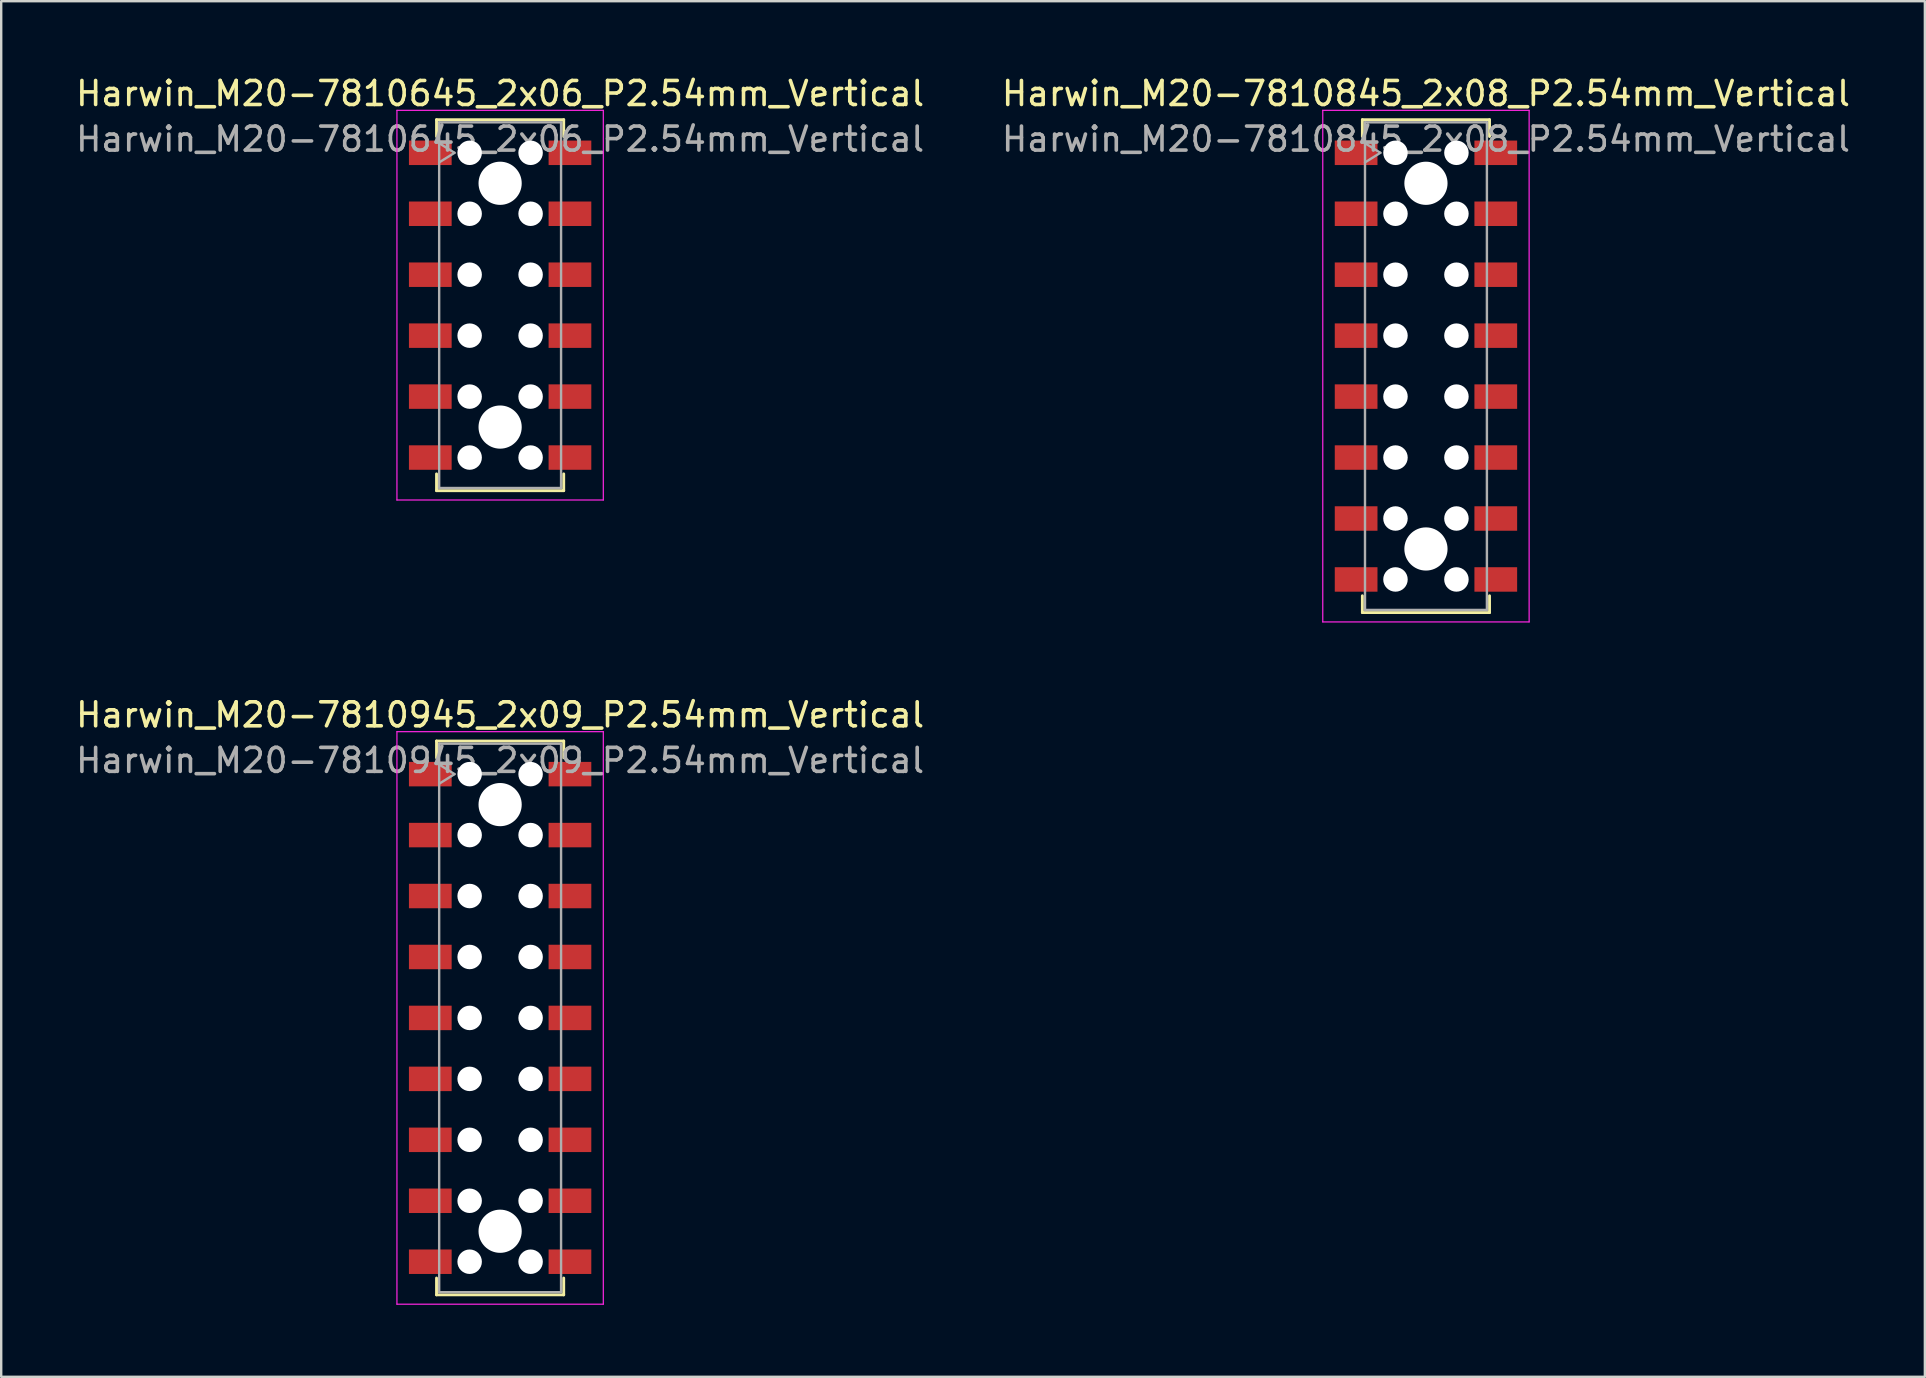
<source format=kicad_pcb>
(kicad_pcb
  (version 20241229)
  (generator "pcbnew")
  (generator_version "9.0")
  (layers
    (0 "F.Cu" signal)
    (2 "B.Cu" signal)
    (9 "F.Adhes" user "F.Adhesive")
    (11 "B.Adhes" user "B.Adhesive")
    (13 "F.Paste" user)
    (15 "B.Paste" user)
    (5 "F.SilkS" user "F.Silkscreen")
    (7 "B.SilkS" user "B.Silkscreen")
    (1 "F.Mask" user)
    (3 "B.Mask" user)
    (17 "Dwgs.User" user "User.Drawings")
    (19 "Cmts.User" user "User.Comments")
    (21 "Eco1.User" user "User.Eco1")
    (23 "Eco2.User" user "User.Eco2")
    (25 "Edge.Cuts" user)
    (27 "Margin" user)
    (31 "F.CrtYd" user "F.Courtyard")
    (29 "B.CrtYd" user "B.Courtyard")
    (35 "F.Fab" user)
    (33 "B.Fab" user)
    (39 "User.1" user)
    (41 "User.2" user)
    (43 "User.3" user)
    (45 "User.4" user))
  (footprint "Harwin_M20-7810845_2x08_P2.54mm_Vertical"
    (layer "F.Cu")
    (at 56.375 12.208)
    (property "Reference" "Harwin_M20-7810845_2x08_P2.54mm_Vertical" (at 0 -11.36 0) (layer "F.SilkS") (effects (font (size 1 1) (thickness 0.15))))
    (attr smd)
    (fp_line (start -2.65 -10.27) (end 2.65 -10.27) (stroke (width 0.12) (type solid)) (layer "F.SilkS"))
    (fp_line (start -2.65 -9.57) (end -2.65 -10.27) (stroke (width 0.12) (type solid)) (layer "F.SilkS"))
    (fp_line (start -2.65 9.57) (end -2.65 10.27) (stroke (width 0.12) (type solid)) (layer "F.SilkS"))
    (fp_line (start -2.65 10.27) (end 2.65 10.27) (stroke (width 0.12) (type solid)) (layer "F.SilkS"))
    (fp_line (start 2.65 -10.27) (end 2.65 -9.57) (stroke (width 0.12) (type solid)) (layer "F.SilkS"))
    (fp_line (start 2.65 10.27) (end 2.65 9.57) (stroke (width 0.12) (type solid)) (layer "F.SilkS"))
    (fp_line (start -4.3 -10.66) (end 4.3 -10.66) (stroke (width 0.05) (type solid)) (layer "F.CrtYd"))
    (fp_line (start -4.3 10.66) (end -4.3 -10.66) (stroke (width 0.05) (type solid)) (layer "F.CrtYd"))
    (fp_line (start 4.3 -10.66) (end 4.3 10.66) (stroke (width 0.05) (type solid)) (layer "F.CrtYd"))
    (fp_line (start 4.3 10.66) (end -4.3 10.66) (stroke (width 0.05) (type solid)) (layer "F.CrtYd"))
    (fp_line (start -2.54 -10.16) (end 2.54 -10.16) (stroke (width 0.1) (type solid)) (layer "F.Fab"))
    (fp_line (start -2.54 -9.29) (end -1.9 -8.89) (stroke (width 0.1) (type solid)) (layer "F.Fab"))
    (fp_line (start -2.54 10.16) (end -2.54 -10.16) (stroke (width 0.1) (type solid)) (layer "F.Fab"))
    (fp_line (start -1.9 -8.89) (end -2.54 -8.49) (stroke (width 0.1) (type solid)) (layer "F.Fab"))
    (fp_line (start 2.54 -10.16) (end 2.54 10.16) (stroke (width 0.1) (type solid)) (layer "F.Fab"))
    (fp_line (start 2.54 10.16) (end -2.54 10.16) (stroke (width 0.1) (type solid)) (layer "F.Fab"))
    (fp_text user "${REFERENCE}" (at 0 -9.46 0) (layer "F.Fab") (effects (font (size 1 1) (thickness 0.15))))
    (pad "" np_thru_hole circle (at -1.27 -8.89) (size 1.02 1.02) (drill 1.02) (layers "*.Cu" "*.Mask"))
    (pad "" np_thru_hole circle (at -1.27 -6.35) (size 1.02 1.02) (drill 1.02) (layers "*.Cu" "*.Mask"))
    (pad "" np_thru_hole circle (at -1.27 -3.81) (size 1.02 1.02) (drill 1.02) (layers "*.Cu" "*.Mask"))
    (pad "" np_thru_hole circle (at -1.27 -1.27) (size 1.02 1.02) (drill 1.02) (layers "*.Cu" "*.Mask"))
    (pad "" np_thru_hole circle (at -1.27 1.27) (size 1.02 1.02) (drill 1.02) (layers "*.Cu" "*.Mask"))
    (pad "" np_thru_hole circle (at -1.27 3.81) (size 1.02 1.02) (drill 1.02) (layers "*.Cu" "*.Mask"))
    (pad "" np_thru_hole circle (at -1.27 6.35) (size 1.02 1.02) (drill 1.02) (layers "*.Cu" "*.Mask"))
    (pad "" np_thru_hole circle (at -1.27 8.89) (size 1.02 1.02) (drill 1.02) (layers "*.Cu" "*.Mask"))
    (pad "" np_thru_hole circle (at 0 -7.62) (size 1.8 1.8) (drill 1.8) (layers "*.Cu" "*.Mask"))
    (pad "" np_thru_hole circle (at 0 7.62) (size 1.8 1.8) (drill 1.8) (layers "*.Cu" "*.Mask"))
    (pad "" np_thru_hole circle (at 1.27 -8.89) (size 1.02 1.02) (drill 1.02) (layers "*.Cu" "*.Mask"))
    (pad "" np_thru_hole circle (at 1.27 -6.35) (size 1.02 1.02) (drill 1.02) (layers "*.Cu" "*.Mask"))
    (pad "" np_thru_hole circle (at 1.27 -3.81) (size 1.02 1.02) (drill 1.02) (layers "*.Cu" "*.Mask"))
    (pad "" np_thru_hole circle (at 1.27 -1.27) (size 1.02 1.02) (drill 1.02) (layers "*.Cu" "*.Mask"))
    (pad "" np_thru_hole circle (at 1.27 1.27) (size 1.02 1.02) (drill 1.02) (layers "*.Cu" "*.Mask"))
    (pad "" np_thru_hole circle (at 1.27 3.81) (size 1.02 1.02) (drill 1.02) (layers "*.Cu" "*.Mask"))
    (pad "" np_thru_hole circle (at 1.27 6.35) (size 1.02 1.02) (drill 1.02) (layers "*.Cu" "*.Mask"))
    (pad "" np_thru_hole circle (at 1.27 8.89) (size 1.02 1.02) (drill 1.02) (layers "*.Cu" "*.Mask"))
    (pad "1" smd rect (at -2.91 -8.89) (size 1.78 1.02) (layers "F.Cu" "F.Mask" "F.Paste"))
    (pad "2" smd rect (at -2.91 -6.35) (size 1.78 1.02) (layers "F.Cu" "F.Mask" "F.Paste"))
    (pad "3" smd rect (at -2.91 -3.81) (size 1.78 1.02) (layers "F.Cu" "F.Mask" "F.Paste"))
    (pad "4" smd rect (at -2.91 -1.27) (size 1.78 1.02) (layers "F.Cu" "F.Mask" "F.Paste"))
    (pad "5" smd rect (at -2.91 1.27) (size 1.78 1.02) (layers "F.Cu" "F.Mask" "F.Paste"))
    (pad "6" smd rect (at -2.91 3.81) (size 1.78 1.02) (layers "F.Cu" "F.Mask" "F.Paste"))
    (pad "7" smd rect (at -2.91 6.35) (size 1.78 1.02) (layers "F.Cu" "F.Mask" "F.Paste"))
    (pad "8" smd rect (at -2.91 8.89) (size 1.78 1.02) (layers "F.Cu" "F.Mask" "F.Paste"))
    (pad "9" smd rect (at 2.91 -8.89) (size 1.78 1.02) (layers "F.Cu" "F.Mask" "F.Paste"))
    (pad "10" smd rect (at 2.91 -6.35) (size 1.78 1.02) (layers "F.Cu" "F.Mask" "F.Paste"))
    (pad "11" smd rect (at 2.91 -3.81) (size 1.78 1.02) (layers "F.Cu" "F.Mask" "F.Paste"))
    (pad "12" smd rect (at 2.91 -1.27) (size 1.78 1.02) (layers "F.Cu" "F.Mask" "F.Paste"))
    (pad "13" smd rect (at 2.91 1.27) (size 1.78 1.02) (layers "F.Cu" "F.Mask" "F.Paste"))
    (pad "14" smd rect (at 2.91 3.81) (size 1.78 1.02) (layers "F.Cu" "F.Mask" "F.Paste"))
    (pad "15" smd rect (at 2.91 6.35) (size 1.78 1.02) (layers "F.Cu" "F.Mask" "F.Paste"))
    (pad "16" smd rect (at 2.91 8.89) (size 1.78 1.02) (layers "F.Cu" "F.Mask" "F.Paste")))
  (footprint "Harwin_M20-7810945_2x09_P2.54mm_Vertical"
    (layer "F.Cu")
    (at 17.792 39.371)
    (property "Reference" "Harwin_M20-7810945_2x09_P2.54mm_Vertical" (at 0 -12.63 0) (layer "F.SilkS") (effects (font (size 1 1) (thickness 0.15))))
    (attr smd)
    (fp_line (start -2.65 -11.54) (end 2.65 -11.54) (stroke (width 0.12) (type solid)) (layer "F.SilkS"))
    (fp_line (start -2.65 -10.84) (end -2.65 -11.54) (stroke (width 0.12) (type solid)) (layer "F.SilkS"))
    (fp_line (start -2.65 10.84) (end -2.65 11.54) (stroke (width 0.12) (type solid)) (layer "F.SilkS"))
    (fp_line (start -2.65 11.54) (end 2.65 11.54) (stroke (width 0.12) (type solid)) (layer "F.SilkS"))
    (fp_line (start 2.65 -11.54) (end 2.65 -10.84) (stroke (width 0.12) (type solid)) (layer "F.SilkS"))
    (fp_line (start 2.65 11.54) (end 2.65 10.84) (stroke (width 0.12) (type solid)) (layer "F.SilkS"))
    (fp_line (start -4.3 -11.93) (end 4.3 -11.93) (stroke (width 0.05) (type solid)) (layer "F.CrtYd"))
    (fp_line (start -4.3 11.93) (end -4.3 -11.93) (stroke (width 0.05) (type solid)) (layer "F.CrtYd"))
    (fp_line (start 4.3 -11.93) (end 4.3 11.93) (stroke (width 0.05) (type solid)) (layer "F.CrtYd"))
    (fp_line (start 4.3 11.93) (end -4.3 11.93) (stroke (width 0.05) (type solid)) (layer "F.CrtYd"))
    (fp_line (start -2.54 -11.43) (end 2.54 -11.43) (stroke (width 0.1) (type solid)) (layer "F.Fab"))
    (fp_line (start -2.54 -10.56) (end -1.9 -10.16) (stroke (width 0.1) (type solid)) (layer "F.Fab"))
    (fp_line (start -2.54 11.43) (end -2.54 -11.43) (stroke (width 0.1) (type solid)) (layer "F.Fab"))
    (fp_line (start -1.9 -10.16) (end -2.54 -9.76) (stroke (width 0.1) (type solid)) (layer "F.Fab"))
    (fp_line (start 2.54 -11.43) (end 2.54 11.43) (stroke (width 0.1) (type solid)) (layer "F.Fab"))
    (fp_line (start 2.54 11.43) (end -2.54 11.43) (stroke (width 0.1) (type solid)) (layer "F.Fab"))
    (fp_text user "${REFERENCE}" (at 0 -10.73 0) (layer "F.Fab") (effects (font (size 1 1) (thickness 0.15))))
    (pad "" np_thru_hole circle (at -1.27 -10.16) (size 1.02 1.02) (drill 1.02) (layers "*.Cu" "*.Mask"))
    (pad "" np_thru_hole circle (at -1.27 -7.62) (size 1.02 1.02) (drill 1.02) (layers "*.Cu" "*.Mask"))
    (pad "" np_thru_hole circle (at -1.27 -5.08) (size 1.02 1.02) (drill 1.02) (layers "*.Cu" "*.Mask"))
    (pad "" np_thru_hole circle (at -1.27 -2.54) (size 1.02 1.02) (drill 1.02) (layers "*.Cu" "*.Mask"))
    (pad "" np_thru_hole circle (at -1.27 0) (size 1.02 1.02) (drill 1.02) (layers "*.Cu" "*.Mask"))
    (pad "" np_thru_hole circle (at -1.27 2.54) (size 1.02 1.02) (drill 1.02) (layers "*.Cu" "*.Mask"))
    (pad "" np_thru_hole circle (at -1.27 5.08) (size 1.02 1.02) (drill 1.02) (layers "*.Cu" "*.Mask"))
    (pad "" np_thru_hole circle (at -1.27 7.62) (size 1.02 1.02) (drill 1.02) (layers "*.Cu" "*.Mask"))
    (pad "" np_thru_hole circle (at -1.27 10.16) (size 1.02 1.02) (drill 1.02) (layers "*.Cu" "*.Mask"))
    (pad "" np_thru_hole circle (at 0 -8.89) (size 1.8 1.8) (drill 1.8) (layers "*.Cu" "*.Mask"))
    (pad "" np_thru_hole circle (at 0 8.89) (size 1.8 1.8) (drill 1.8) (layers "*.Cu" "*.Mask"))
    (pad "" np_thru_hole circle (at 1.27 -10.16) (size 1.02 1.02) (drill 1.02) (layers "*.Cu" "*.Mask"))
    (pad "" np_thru_hole circle (at 1.27 -7.62) (size 1.02 1.02) (drill 1.02) (layers "*.Cu" "*.Mask"))
    (pad "" np_thru_hole circle (at 1.27 -5.08) (size 1.02 1.02) (drill 1.02) (layers "*.Cu" "*.Mask"))
    (pad "" np_thru_hole circle (at 1.27 -2.54) (size 1.02 1.02) (drill 1.02) (layers "*.Cu" "*.Mask"))
    (pad "" np_thru_hole circle (at 1.27 0) (size 1.02 1.02) (drill 1.02) (layers "*.Cu" "*.Mask"))
    (pad "" np_thru_hole circle (at 1.27 2.54) (size 1.02 1.02) (drill 1.02) (layers "*.Cu" "*.Mask"))
    (pad "" np_thru_hole circle (at 1.27 5.08) (size 1.02 1.02) (drill 1.02) (layers "*.Cu" "*.Mask"))
    (pad "" np_thru_hole circle (at 1.27 7.62) (size 1.02 1.02) (drill 1.02) (layers "*.Cu" "*.Mask"))
    (pad "" np_thru_hole circle (at 1.27 10.16) (size 1.02 1.02) (drill 1.02) (layers "*.Cu" "*.Mask"))
    (pad "1" smd rect (at -2.91 -10.16) (size 1.78 1.02) (layers "F.Cu" "F.Mask" "F.Paste"))
    (pad "2" smd rect (at -2.91 -7.62) (size 1.78 1.02) (layers "F.Cu" "F.Mask" "F.Paste"))
    (pad "3" smd rect (at -2.91 -5.08) (size 1.78 1.02) (layers "F.Cu" "F.Mask" "F.Paste"))
    (pad "4" smd rect (at -2.91 -2.54) (size 1.78 1.02) (layers "F.Cu" "F.Mask" "F.Paste"))
    (pad "5" smd rect (at -2.91 0) (size 1.78 1.02) (layers "F.Cu" "F.Mask" "F.Paste"))
    (pad "6" smd rect (at -2.91 2.54) (size 1.78 1.02) (layers "F.Cu" "F.Mask" "F.Paste"))
    (pad "7" smd rect (at -2.91 5.08) (size 1.78 1.02) (layers "F.Cu" "F.Mask" "F.Paste"))
    (pad "8" smd rect (at -2.91 7.62) (size 1.78 1.02) (layers "F.Cu" "F.Mask" "F.Paste"))
    (pad "9" smd rect (at -2.91 10.16) (size 1.78 1.02) (layers "F.Cu" "F.Mask" "F.Paste"))
    (pad "10" smd rect (at 2.91 -10.16) (size 1.78 1.02) (layers "F.Cu" "F.Mask" "F.Paste"))
    (pad "11" smd rect (at 2.91 -7.62) (size 1.78 1.02) (layers "F.Cu" "F.Mask" "F.Paste"))
    (pad "12" smd rect (at 2.91 -5.08) (size 1.78 1.02) (layers "F.Cu" "F.Mask" "F.Paste"))
    (pad "13" smd rect (at 2.91 -2.54) (size 1.78 1.02) (layers "F.Cu" "F.Mask" "F.Paste"))
    (pad "14" smd rect (at 2.91 0) (size 1.78 1.02) (layers "F.Cu" "F.Mask" "F.Paste"))
    (pad "15" smd rect (at 2.91 2.54) (size 1.78 1.02) (layers "F.Cu" "F.Mask" "F.Paste"))
    (pad "16" smd rect (at 2.91 5.08) (size 1.78 1.02) (layers "F.Cu" "F.Mask" "F.Paste"))
    (pad "17" smd rect (at 2.91 7.62) (size 1.78 1.02) (layers "F.Cu" "F.Mask" "F.Paste"))
    (pad "18" smd rect (at 2.91 10.16) (size 1.78 1.02) (layers "F.Cu" "F.Mask" "F.Paste")))
  (footprint "Harwin_M20-7810645_2x06_P2.54mm_Vertical"
    (layer "F.Cu")
    (at 17.792 9.668)
    (property "Reference" "Harwin_M20-7810645_2x06_P2.54mm_Vertical" (at 0 -8.82 0) (layer "F.SilkS") (effects (font (size 1 1) (thickness 0.15))))
    (attr smd)
    (fp_line (start -2.65 -7.73) (end 2.65 -7.73) (stroke (width 0.12) (type solid)) (layer "F.SilkS"))
    (fp_line (start -2.65 -7.03) (end -2.65 -7.73) (stroke (width 0.12) (type solid)) (layer "F.SilkS"))
    (fp_line (start -2.65 7.03) (end -2.65 7.73) (stroke (width 0.12) (type solid)) (layer "F.SilkS"))
    (fp_line (start -2.65 7.73) (end 2.65 7.73) (stroke (width 0.12) (type solid)) (layer "F.SilkS"))
    (fp_line (start 2.65 -7.73) (end 2.65 -7.03) (stroke (width 0.12) (type solid)) (layer "F.SilkS"))
    (fp_line (start 2.65 7.73) (end 2.65 7.03) (stroke (width 0.12) (type solid)) (layer "F.SilkS"))
    (fp_line (start -4.3 -8.12) (end 4.3 -8.12) (stroke (width 0.05) (type solid)) (layer "F.CrtYd"))
    (fp_line (start -4.3 8.12) (end -4.3 -8.12) (stroke (width 0.05) (type solid)) (layer "F.CrtYd"))
    (fp_line (start 4.3 -8.12) (end 4.3 8.12) (stroke (width 0.05) (type solid)) (layer "F.CrtYd"))
    (fp_line (start 4.3 8.12) (end -4.3 8.12) (stroke (width 0.05) (type solid)) (layer "F.CrtYd"))
    (fp_line (start -2.54 -7.62) (end 2.54 -7.62) (stroke (width 0.1) (type solid)) (layer "F.Fab"))
    (fp_line (start -2.54 -6.75) (end -1.9 -6.35) (stroke (width 0.1) (type solid)) (layer "F.Fab"))
    (fp_line (start -2.54 7.62) (end -2.54 -7.62) (stroke (width 0.1) (type solid)) (layer "F.Fab"))
    (fp_line (start -1.9 -6.35) (end -2.54 -5.95) (stroke (width 0.1) (type solid)) (layer "F.Fab"))
    (fp_line (start 2.54 -7.62) (end 2.54 7.62) (stroke (width 0.1) (type solid)) (layer "F.Fab"))
    (fp_line (start 2.54 7.62) (end -2.54 7.62) (stroke (width 0.1) (type solid)) (layer "F.Fab"))
    (fp_text user "${REFERENCE}" (at 0 -6.92 0) (layer "F.Fab") (effects (font (size 1 1) (thickness 0.15))))
    (pad "" np_thru_hole circle (at -1.27 -6.35) (size 1.02 1.02) (drill 1.02) (layers "*.Cu" "*.Mask"))
    (pad "" np_thru_hole circle (at -1.27 -3.81) (size 1.02 1.02) (drill 1.02) (layers "*.Cu" "*.Mask"))
    (pad "" np_thru_hole circle (at -1.27 -1.27) (size 1.02 1.02) (drill 1.02) (layers "*.Cu" "*.Mask"))
    (pad "" np_thru_hole circle (at -1.27 1.27) (size 1.02 1.02) (drill 1.02) (layers "*.Cu" "*.Mask"))
    (pad "" np_thru_hole circle (at -1.27 3.81) (size 1.02 1.02) (drill 1.02) (layers "*.Cu" "*.Mask"))
    (pad "" np_thru_hole circle (at -1.27 6.35) (size 1.02 1.02) (drill 1.02) (layers "*.Cu" "*.Mask"))
    (pad "" np_thru_hole circle (at 0 -5.08) (size 1.8 1.8) (drill 1.8) (layers "*.Cu" "*.Mask"))
    (pad "" np_thru_hole circle (at 0 5.08) (size 1.8 1.8) (drill 1.8) (layers "*.Cu" "*.Mask"))
    (pad "" np_thru_hole circle (at 1.27 -6.35) (size 1.02 1.02) (drill 1.02) (layers "*.Cu" "*.Mask"))
    (pad "" np_thru_hole circle (at 1.27 -3.81) (size 1.02 1.02) (drill 1.02) (layers "*.Cu" "*.Mask"))
    (pad "" np_thru_hole circle (at 1.27 -1.27) (size 1.02 1.02) (drill 1.02) (layers "*.Cu" "*.Mask"))
    (pad "" np_thru_hole circle (at 1.27 1.27) (size 1.02 1.02) (drill 1.02) (layers "*.Cu" "*.Mask"))
    (pad "" np_thru_hole circle (at 1.27 3.81) (size 1.02 1.02) (drill 1.02) (layers "*.Cu" "*.Mask"))
    (pad "" np_thru_hole circle (at 1.27 6.35) (size 1.02 1.02) (drill 1.02) (layers "*.Cu" "*.Mask"))
    (pad "1" smd rect (at -2.91 -6.35) (size 1.78 1.02) (layers "F.Cu" "F.Mask" "F.Paste"))
    (pad "2" smd rect (at -2.91 -3.81) (size 1.78 1.02) (layers "F.Cu" "F.Mask" "F.Paste"))
    (pad "3" smd rect (at -2.91 -1.27) (size 1.78 1.02) (layers "F.Cu" "F.Mask" "F.Paste"))
    (pad "4" smd rect (at -2.91 1.27) (size 1.78 1.02) (layers "F.Cu" "F.Mask" "F.Paste"))
    (pad "5" smd rect (at -2.91 3.81) (size 1.78 1.02) (layers "F.Cu" "F.Mask" "F.Paste"))
    (pad "6" smd rect (at -2.91 6.35) (size 1.78 1.02) (layers "F.Cu" "F.Mask" "F.Paste"))
    (pad "7" smd rect (at 2.91 -6.35) (size 1.78 1.02) (layers "F.Cu" "F.Mask" "F.Paste"))
    (pad "8" smd rect (at 2.91 -3.81) (size 1.78 1.02) (layers "F.Cu" "F.Mask" "F.Paste"))
    (pad "9" smd rect (at 2.91 -1.27) (size 1.78 1.02) (layers "F.Cu" "F.Mask" "F.Paste"))
    (pad "10" smd rect (at 2.91 1.27) (size 1.78 1.02) (layers "F.Cu" "F.Mask" "F.Paste"))
    (pad "11" smd rect (at 2.91 3.81) (size 1.78 1.02) (layers "F.Cu" "F.Mask" "F.Paste"))
    (pad "12" smd rect (at 2.91 6.35) (size 1.78 1.02) (layers "F.Cu" "F.Mask" "F.Paste")))
  (gr_rect
    (start -3 -3)
    (end 77.167 54.327)
    (stroke (width 0.1) (type default))
    (fill no)
    (layer "Edge.Cuts")))
</source>
